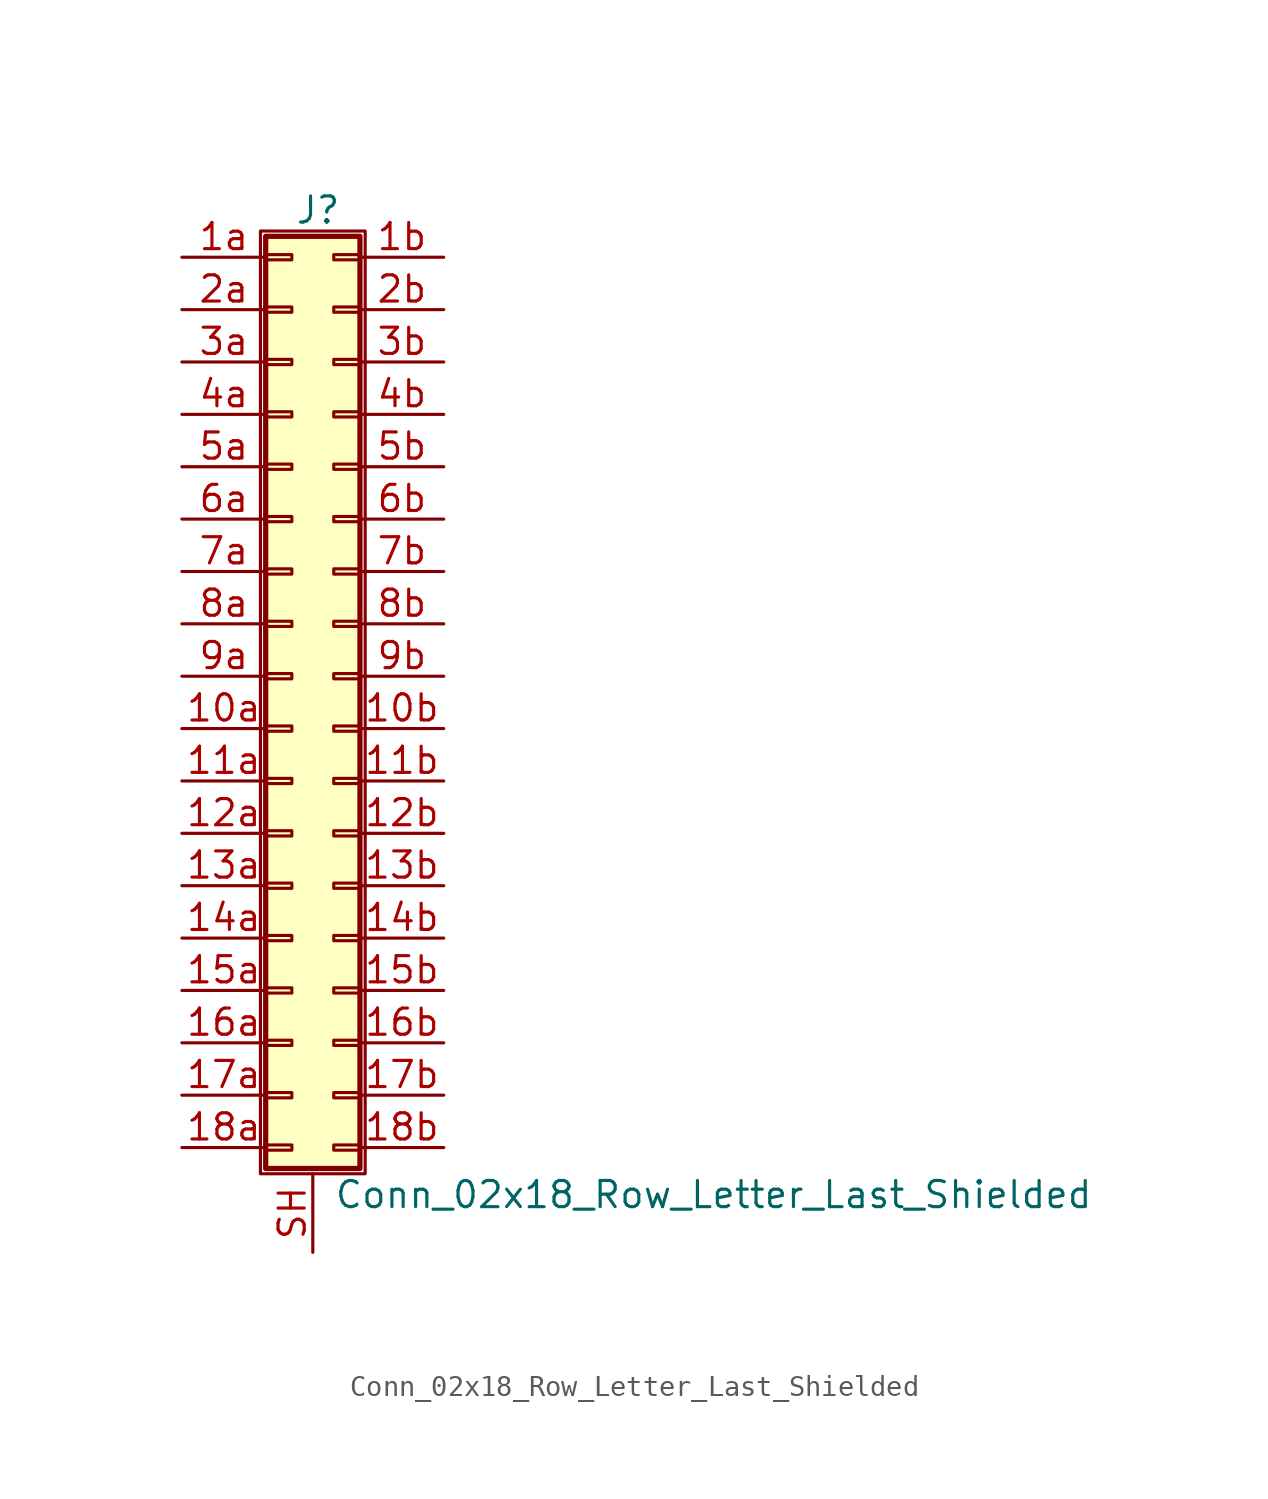
<source format=kicad_sym>
(kicad_symbol_lib
  (version 20220914)
  (generator kicad_symbol_editor)
  (symbol "Conn_02x18_Row_Letter_Last_Shielded"
    (pin_names
      (offset 1.016) hide)
    (property "Reference" "J"
      (at 1.524 22.606 0)
      (effects (font (size 1.27 1.27))))
    (property "Value" "Conn_02x18_Row_Letter_Last_Shielded"
      (at 2.286 -25.146 0)
      (effects (font (size 1.27 1.27)) (justify left)))
    (symbol "Conn_02x18_Row_Letter_Last_Shielded_1_1"
      (rectangle (start -1.27 21.59) (end 3.81 -24.13) (stroke (width 0.152) (type default)) (fill (type none)))
      (rectangle (start -1.016 -22.733) (end 0.254 -22.987) (stroke (width 0.152) (type default)) (fill (type none)))
      (rectangle (start -1.016 -20.193) (end 0.254 -20.447) (stroke (width 0.152) (type default)) (fill (type none)))
      (rectangle (start -1.016 -17.653) (end 0.254 -17.907) (stroke (width 0.152) (type default)) (fill (type none)))
      (rectangle (start -1.016 -15.113) (end 0.254 -15.367) (stroke (width 0.152) (type default)) (fill (type none)))
      (rectangle (start -1.016 -12.573) (end 0.254 -12.827) (stroke (width 0.152) (type default)) (fill (type none)))
      (rectangle (start -1.016 -10.033) (end 0.254 -10.287) (stroke (width 0.152) (type default)) (fill (type none)))
      (rectangle (start -1.016 -7.493) (end 0.254 -7.747) (stroke (width 0.152) (type default)) (fill (type none)))
      (rectangle (start -1.016 -4.953) (end 0.254 -5.207) (stroke (width 0.152) (type default)) (fill (type none)))
      (rectangle (start -1.016 -2.413) (end 0.254 -2.667) (stroke (width 0.152) (type default)) (fill (type none)))
      (rectangle (start -1.016 0.127) (end 0.254 -0.127) (stroke (width 0.152) (type default)) (fill (type none)))
      (rectangle (start -1.016 2.667) (end 0.254 2.413) (stroke (width 0.152) (type default)) (fill (type none)))
      (rectangle (start -1.016 5.207) (end 0.254 4.953) (stroke (width 0.152) (type default)) (fill (type none)))
      (rectangle (start -1.016 7.747) (end 0.254 7.493) (stroke (width 0.152) (type default)) (fill (type none)))
      (rectangle (start -1.016 10.287) (end 0.254 10.033) (stroke (width 0.152) (type default)) (fill (type none)))
      (rectangle (start -1.016 12.827) (end 0.254 12.573) (stroke (width 0.152) (type default)) (fill (type none)))
      (rectangle (start -1.016 15.367) (end 0.254 15.113) (stroke (width 0.152) (type default)) (fill (type none)))
      (rectangle (start -1.016 17.907) (end 0.254 17.653) (stroke (width 0.152) (type default)) (fill (type none)))
      (rectangle (start -1.016 20.447) (end 0.254 20.193) (stroke (width 0.152) (type default)) (fill (type none)))
      (rectangle (start -1.016 21.336) (end 3.556 -23.876) (stroke (width 0.254) (type default)) (fill (type background)))
      (rectangle (start 3.556 -22.733) (end 2.286 -22.987) (stroke (width 0.152) (type default)) (fill (type none)))
      (rectangle (start 3.556 -20.193) (end 2.286 -20.447) (stroke (width 0.152) (type default)) (fill (type none)))
      (rectangle (start 3.556 -17.653) (end 2.286 -17.907) (stroke (width 0.152) (type default)) (fill (type none)))
      (rectangle (start 3.556 -15.113) (end 2.286 -15.367) (stroke (width 0.152) (type default)) (fill (type none)))
      (rectangle (start 3.556 -12.573) (end 2.286 -12.827) (stroke (width 0.152) (type default)) (fill (type none)))
      (rectangle (start 3.556 -10.033) (end 2.286 -10.287) (stroke (width 0.152) (type default)) (fill (type none)))
      (rectangle (start 3.556 -7.493) (end 2.286 -7.747) (stroke (width 0.152) (type default)) (fill (type none)))
      (rectangle (start 3.556 -4.953) (end 2.286 -5.207) (stroke (width 0.152) (type default)) (fill (type none)))
      (rectangle (start 3.556 -2.413) (end 2.286 -2.667) (stroke (width 0.152) (type default)) (fill (type none)))
      (rectangle (start 3.556 0.127) (end 2.286 -0.127) (stroke (width 0.152) (type default)) (fill (type none)))
      (rectangle (start 3.556 2.667) (end 2.286 2.413) (stroke (width 0.152) (type default)) (fill (type none)))
      (rectangle (start 3.556 5.207) (end 2.286 4.953) (stroke (width 0.152) (type default)) (fill (type none)))
      (rectangle (start 3.556 7.747) (end 2.286 7.493) (stroke (width 0.152) (type default)) (fill (type none)))
      (rectangle (start 3.556 10.287) (end 2.286 10.033) (stroke (width 0.152) (type default)) (fill (type none)))
      (rectangle (start 3.556 12.827) (end 2.286 12.573) (stroke (width 0.152) (type default)) (fill (type none)))
      (rectangle (start 3.556 15.367) (end 2.286 15.113) (stroke (width 0.152) (type default)) (fill (type none)))
      (rectangle (start 3.556 17.907) (end 2.286 17.653) (stroke (width 0.152) (type default)) (fill (type none)))
      (rectangle (start 3.556 20.447) (end 2.286 20.193) (stroke (width 0.152) (type default)) (fill (type none)))
      (pin passive line (at -5.08 -2.54 0) (length 4.064) (name "Pin_10a" (effects (font (size 1.27 1.27)))) (number "10a" (effects (font (size 1.27 1.27)))))
      (pin passive line (at 7.62 -2.54 180) (length 4.064) (name "Pin_10b" (effects (font (size 1.27 1.27)))) (number "10b" (effects (font (size 1.27 1.27)))))
      (pin passive line (at -5.08 -5.08 0) (length 4.064) (name "Pin_11a" (effects (font (size 1.27 1.27)))) (number "11a" (effects (font (size 1.27 1.27)))))
      (pin passive line (at 7.62 -5.08 180) (length 4.064) (name "Pin_11b" (effects (font (size 1.27 1.27)))) (number "11b" (effects (font (size 1.27 1.27)))))
      (pin passive line (at -5.08 -7.62 0) (length 4.064) (name "Pin_12a" (effects (font (size 1.27 1.27)))) (number "12a" (effects (font (size 1.27 1.27)))))
      (pin passive line (at 7.62 -7.62 180) (length 4.064) (name "Pin_12b" (effects (font (size 1.27 1.27)))) (number "12b" (effects (font (size 1.27 1.27)))))
      (pin passive line (at -5.08 -10.16 0) (length 4.064) (name "Pin_13a" (effects (font (size 1.27 1.27)))) (number "13a" (effects (font (size 1.27 1.27)))))
      (pin passive line (at 7.62 -10.16 180) (length 4.064) (name "Pin_13b" (effects (font (size 1.27 1.27)))) (number "13b" (effects (font (size 1.27 1.27)))))
      (pin passive line (at -5.08 -12.7 0) (length 4.064) (name "Pin_14a" (effects (font (size 1.27 1.27)))) (number "14a" (effects (font (size 1.27 1.27)))))
      (pin passive line (at 7.62 -12.7 180) (length 4.064) (name "Pin_14b" (effects (font (size 1.27 1.27)))) (number "14b" (effects (font (size 1.27 1.27)))))
      (pin passive line (at -5.08 -15.24 0) (length 4.064) (name "Pin_15a" (effects (font (size 1.27 1.27)))) (number "15a" (effects (font (size 1.27 1.27)))))
      (pin passive line (at 7.62 -15.24 180) (length 4.064) (name "Pin_15b" (effects (font (size 1.27 1.27)))) (number "15b" (effects (font (size 1.27 1.27)))))
      (pin passive line (at -5.08 -17.78 0) (length 4.064) (name "Pin_16a" (effects (font (size 1.27 1.27)))) (number "16a" (effects (font (size 1.27 1.27)))))
      (pin passive line (at 7.62 -17.78 180) (length 4.064) (name "Pin_16b" (effects (font (size 1.27 1.27)))) (number "16b" (effects (font (size 1.27 1.27)))))
      (pin passive line (at -5.08 -20.32 0) (length 4.064) (name "Pin_17a" (effects (font (size 1.27 1.27)))) (number "17a" (effects (font (size 1.27 1.27)))))
      (pin passive line (at 7.62 -20.32 180) (length 4.064) (name "Pin_17b" (effects (font (size 1.27 1.27)))) (number "17b" (effects (font (size 1.27 1.27)))))
      (pin passive line (at -5.08 -22.86 0) (length 4.064) (name "Pin_18a" (effects (font (size 1.27 1.27)))) (number "18a" (effects (font (size 1.27 1.27)))))
      (pin passive line (at 7.62 -22.86 180) (length 4.064) (name "Pin_18b" (effects (font (size 1.27 1.27)))) (number "18b" (effects (font (size 1.27 1.27)))))
      (pin passive line (at -5.08 20.32 0) (length 4.064) (name "Pin_1a" (effects (font (size 1.27 1.27)))) (number "1a" (effects (font (size 1.27 1.27)))))
      (pin passive line (at 7.62 20.32 180) (length 4.064) (name "Pin_1b" (effects (font (size 1.27 1.27)))) (number "1b" (effects (font (size 1.27 1.27)))))
      (pin passive line (at -5.08 17.78 0) (length 4.064) (name "Pin_2a" (effects (font (size 1.27 1.27)))) (number "2a" (effects (font (size 1.27 1.27)))))
      (pin passive line (at 7.62 17.78 180) (length 4.064) (name "Pin_2b" (effects (font (size 1.27 1.27)))) (number "2b" (effects (font (size 1.27 1.27)))))
      (pin passive line (at -5.08 15.24 0) (length 4.064) (name "Pin_3a" (effects (font (size 1.27 1.27)))) (number "3a" (effects (font (size 1.27 1.27)))))
      (pin passive line (at 7.62 15.24 180) (length 4.064) (name "Pin_3b" (effects (font (size 1.27 1.27)))) (number "3b" (effects (font (size 1.27 1.27)))))
      (pin passive line (at -5.08 12.7 0) (length 4.064) (name "Pin_4a" (effects (font (size 1.27 1.27)))) (number "4a" (effects (font (size 1.27 1.27)))))
      (pin passive line (at 7.62 12.7 180) (length 4.064) (name "Pin_4b" (effects (font (size 1.27 1.27)))) (number "4b" (effects (font (size 1.27 1.27)))))
      (pin passive line (at -5.08 10.16 0) (length 4.064) (name "Pin_5a" (effects (font (size 1.27 1.27)))) (number "5a" (effects (font (size 1.27 1.27)))))
      (pin passive line (at 7.62 10.16 180) (length 4.064) (name "Pin_5b" (effects (font (size 1.27 1.27)))) (number "5b" (effects (font (size 1.27 1.27)))))
      (pin passive line (at -5.08 7.62 0) (length 4.064) (name "Pin_6a" (effects (font (size 1.27 1.27)))) (number "6a" (effects (font (size 1.27 1.27)))))
      (pin passive line (at 7.62 7.62 180) (length 4.064) (name "Pin_6b" (effects (font (size 1.27 1.27)))) (number "6b" (effects (font (size 1.27 1.27)))))
      (pin passive line (at -5.08 5.08 0) (length 4.064) (name "Pin_7a" (effects (font (size 1.27 1.27)))) (number "7a" (effects (font (size 1.27 1.27)))))
      (pin passive line (at 7.62 5.08 180) (length 4.064) (name "Pin_7b" (effects (font (size 1.27 1.27)))) (number "7b" (effects (font (size 1.27 1.27)))))
      (pin passive line (at -5.08 2.54 0) (length 4.064) (name "Pin_8a" (effects (font (size 1.27 1.27)))) (number "8a" (effects (font (size 1.27 1.27)))))
      (pin passive line (at 7.62 2.54 180) (length 4.064) (name "Pin_8b" (effects (font (size 1.27 1.27)))) (number "8b" (effects (font (size 1.27 1.27)))))
      (pin passive line (at -5.08 0 0) (length 4.064) (name "Pin_9a" (effects (font (size 1.27 1.27)))) (number "9a" (effects (font (size 1.27 1.27)))))
      (pin passive line (at 7.62 0 180) (length 4.064) (name "Pin_9b" (effects (font (size 1.27 1.27)))) (number "9b" (effects (font (size 1.27 1.27)))))
      (pin passive line (at 1.27 -27.94 90) (length 3.81) (name "Shield" (effects (font (size 1.27 1.27)))) (number "SH" (effects (font (size 1.27 1.27))))))))
</source>
